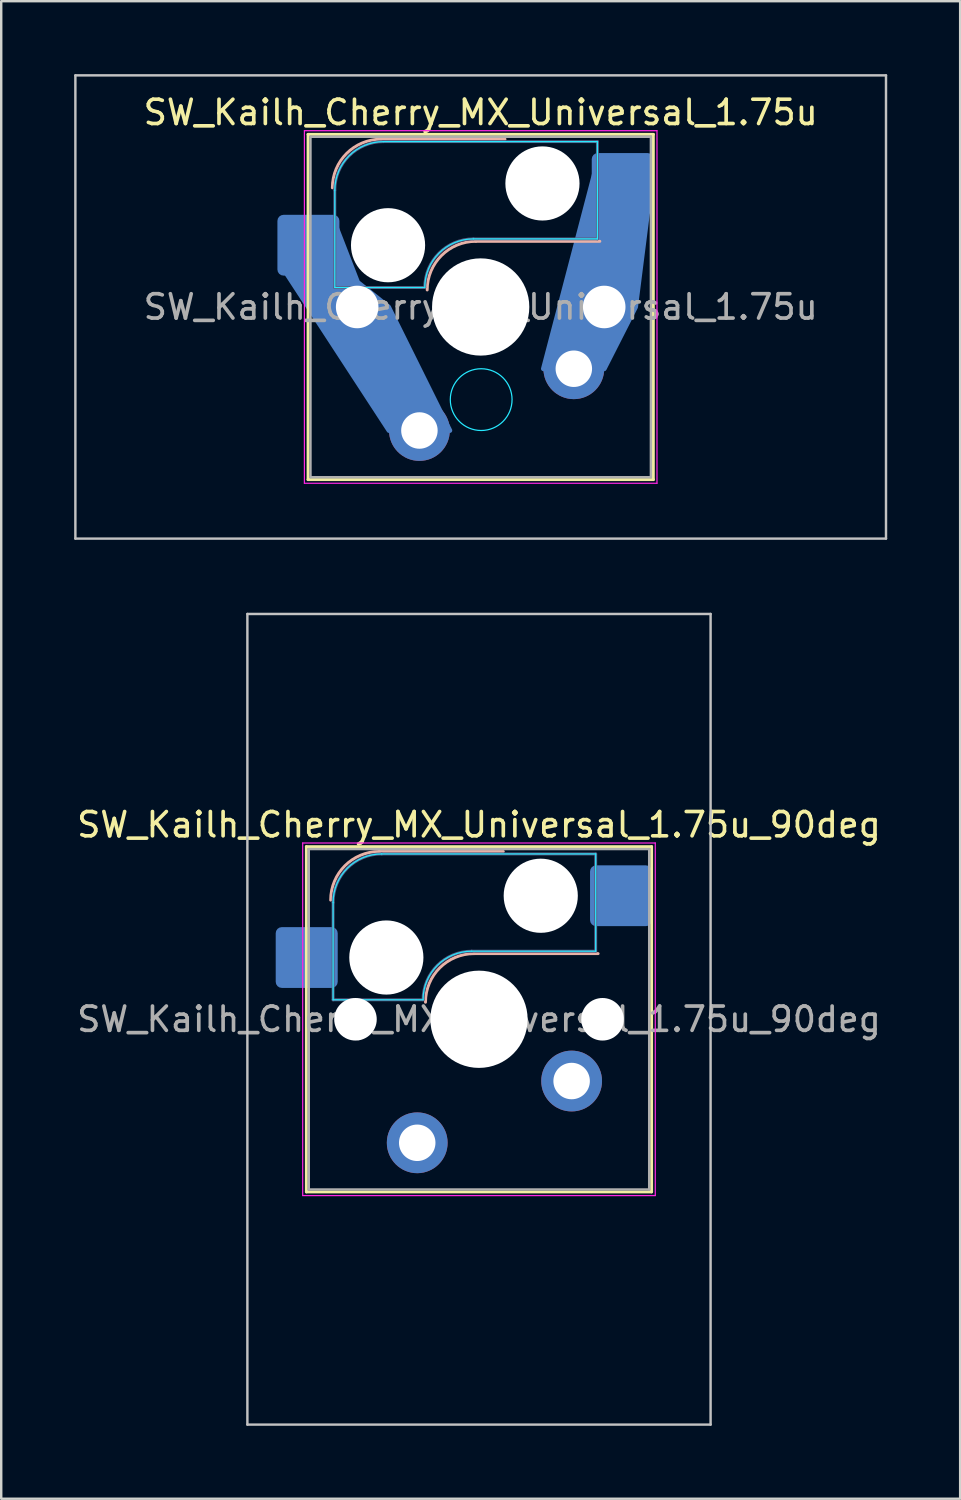
<source format=kicad_pcb>
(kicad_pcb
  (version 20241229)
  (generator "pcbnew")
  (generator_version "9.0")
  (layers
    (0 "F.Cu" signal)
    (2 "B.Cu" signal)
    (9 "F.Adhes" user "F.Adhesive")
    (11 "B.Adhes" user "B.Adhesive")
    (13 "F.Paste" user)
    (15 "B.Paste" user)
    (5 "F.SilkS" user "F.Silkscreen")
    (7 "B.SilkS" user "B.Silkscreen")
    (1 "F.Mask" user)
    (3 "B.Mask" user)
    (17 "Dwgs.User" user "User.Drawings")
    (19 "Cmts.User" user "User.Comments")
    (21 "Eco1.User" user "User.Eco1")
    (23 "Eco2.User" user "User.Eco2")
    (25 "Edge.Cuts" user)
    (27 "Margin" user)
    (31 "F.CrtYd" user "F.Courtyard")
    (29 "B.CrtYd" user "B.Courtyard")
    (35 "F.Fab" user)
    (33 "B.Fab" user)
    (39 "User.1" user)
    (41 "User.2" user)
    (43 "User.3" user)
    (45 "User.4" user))
  (footprint "SW_Kailh_Cherry_MX_Universal_1.75u_90deg"
    (layer "F.Cu")
    (at 16.649 38.869)
    (property "Reference" "SW_Kailh_Cherry_MX_Universal_1.75u_90deg" (at 0 -8 0) (layer "F.SilkS") (effects (font (size 1 1) (thickness 0.15))))
    (attr through_hole)
    (fp_line (start -7.1 -7.1) (end -7.1 7.1) (stroke (width 0.12) (type solid)) (layer "F.SilkS"))
    (fp_line (start -7.1 7.1) (end 7.1 7.1) (stroke (width 0.12) (type solid)) (layer "F.SilkS"))
    (fp_line (start 7.1 -7.1) (end -7.1 -7.1) (stroke (width 0.12) (type solid)) (layer "F.SilkS"))
    (fp_line (start 7.1 7.1) (end 7.1 -7.1) (stroke (width 0.12) (type solid)) (layer "F.SilkS"))
    (fp_line (start -4.1 -6.9) (end 1 -6.9) (stroke (width 0.12) (type solid)) (layer "B.SilkS"))
    (fp_line (start -0.2 -2.7) (end 4.9 -2.7) (stroke (width 0.12) (type solid)) (layer "B.SilkS"))
    (fp_arc (start -6.1 -4.9) (mid -5.514214 -6.314214) (end -4.1 -6.9) (stroke (width 0.12) (type solid)) (layer "B.SilkS"))
    (fp_arc (start -2.2 -0.7) (mid -1.614214 -2.114214) (end -0.2 -2.7) (stroke (width 0.12) (type solid)) (layer "B.SilkS"))
    (fp_line (start -9.525 -16.669) (end 9.525 -16.669) (stroke (width 0.1) (type solid)) (layer "Dwgs.User"))
    (fp_line (start -9.525 16.669) (end -9.525 -16.669) (stroke (width 0.1) (type solid)) (layer "Dwgs.User"))
    (fp_line (start 9.525 -16.669) (end 9.525 16.669) (stroke (width 0.1) (type solid)) (layer "Dwgs.User"))
    (fp_line (start 9.525 16.669) (end -9.525 16.669) (stroke (width 0.1) (type solid)) (layer "Dwgs.User"))
    (fp_line (start -7.8 -6) (end -7 -6) (stroke (width 0.1) (type solid)) (layer "Eco1.User"))
    (fp_line (start -7.8 -2.9) (end -7.8 -6) (stroke (width 0.1) (type solid)) (layer "Eco1.User"))
    (fp_line (start -7.8 2.9) (end -7 2.9) (stroke (width 0.1) (type solid)) (layer "Eco1.User"))
    (fp_line (start -7.8 6) (end -7.8 2.9) (stroke (width 0.1) (type solid)) (layer "Eco1.User"))
    (fp_line (start -7 -7) (end 7 -7) (stroke (width 0.1) (type solid)) (layer "Eco1.User"))
    (fp_line (start -7 -6) (end -7 -7) (stroke (width 0.1) (type solid)) (layer "Eco1.User"))
    (fp_line (start -7 -2.9) (end -7.8 -2.9) (stroke (width 0.1) (type solid)) (layer "Eco1.User"))
    (fp_line (start -7 2.9) (end -7 -2.9) (stroke (width 0.1) (type solid)) (layer "Eco1.User"))
    (fp_line (start -7 6) (end -7.8 6) (stroke (width 0.1) (type solid)) (layer "Eco1.User"))
    (fp_line (start -7 7) (end -7 6) (stroke (width 0.1) (type solid)) (layer "Eco1.User"))
    (fp_line (start 7 -7) (end 7 -6) (stroke (width 0.1) (type solid)) (layer "Eco1.User"))
    (fp_line (start 7 -6) (end 7.8 -6) (stroke (width 0.1) (type solid)) (layer "Eco1.User"))
    (fp_line (start 7 -2.9) (end 7 2.9) (stroke (width 0.1) (type solid)) (layer "Eco1.User"))
    (fp_line (start 7 2.9) (end 7.8 2.9) (stroke (width 0.1) (type solid)) (layer "Eco1.User"))
    (fp_line (start 7 6) (end 7 7) (stroke (width 0.1) (type solid)) (layer "Eco1.User"))
    (fp_line (start 7 7) (end -7 7) (stroke (width 0.1) (type solid)) (layer "Eco1.User"))
    (fp_line (start 7.8 -6) (end 7.8 -2.9) (stroke (width 0.1) (type solid)) (layer "Eco1.User"))
    (fp_line (start 7.8 -2.9) (end 7 -2.9) (stroke (width 0.1) (type solid)) (layer "Eco1.User"))
    (fp_line (start 7.8 2.9) (end 7.8 6) (stroke (width 0.1) (type solid)) (layer "Eco1.User"))
    (fp_line (start 7.8 6) (end 7 6) (stroke (width 0.1) (type solid)) (layer "Eco1.User"))
    (fp_line (start -6 -0.8) (end -6 -4.8) (stroke (width 0.05) (type solid)) (layer "B.CrtYd"))
    (fp_line (start -6 -0.8) (end -2.3 -0.8) (stroke (width 0.05) (type solid)) (layer "B.CrtYd"))
    (fp_line (start -4 -6.8) (end 4.8 -6.8) (stroke (width 0.05) (type solid)) (layer "B.CrtYd"))
    (fp_line (start -0.3 -2.8) (end 4.8 -2.8) (stroke (width 0.05) (type solid)) (layer "B.CrtYd"))
    (fp_line (start 4.8 -6.8) (end 4.8 -2.8) (stroke (width 0.05) (type solid)) (layer "B.CrtYd"))
    (fp_arc (start -6 -4.8) (mid -5.414214 -6.214214) (end -4 -6.8) (stroke (width 0.05) (type solid)) (layer "B.CrtYd"))
    (fp_arc (start -2.3 -0.8) (mid -1.714214 -2.214214) (end -0.3 -2.8) (stroke (width 0.05) (type solid)) (layer "B.CrtYd"))
    (fp_line (start -7.25 -7.25) (end -7.25 7.25) (stroke (width 0.05) (type solid)) (layer "F.CrtYd"))
    (fp_line (start -7.25 7.25) (end 7.25 7.25) (stroke (width 0.05) (type solid)) (layer "F.CrtYd"))
    (fp_line (start 7.25 -7.25) (end -7.25 -7.25) (stroke (width 0.05) (type solid)) (layer "F.CrtYd"))
    (fp_line (start 7.25 7.25) (end 7.25 -7.25) (stroke (width 0.05) (type solid)) (layer "F.CrtYd"))
    (fp_line (start -6 -0.8) (end -6 -4.8) (stroke (width 0.12) (type solid)) (layer "B.Fab"))
    (fp_line (start -6 -0.8) (end -2.3 -0.8) (stroke (width 0.12) (type solid)) (layer "B.Fab"))
    (fp_line (start -4 -6.8) (end 4.8 -6.8) (stroke (width 0.12) (type solid)) (layer "B.Fab"))
    (fp_line (start -0.3 -2.8) (end 4.8 -2.8) (stroke (width 0.12) (type solid)) (layer "B.Fab"))
    (fp_line (start 4.8 -6.8) (end 4.8 -2.8) (stroke (width 0.12) (type solid)) (layer "B.Fab"))
    (fp_arc (start -6 -4.8) (mid -5.414214 -6.214214) (end -4 -6.8) (stroke (width 0.12) (type solid)) (layer "B.Fab"))
    (fp_arc (start -2.3 -0.8) (mid -1.714214 -2.214214) (end -0.3 -2.8) (stroke (width 0.12) (type solid)) (layer "B.Fab"))
    (fp_line (start -7 -7) (end -7 7) (stroke (width 0.1) (type solid)) (layer "F.Fab"))
    (fp_line (start -7 7) (end 7 7) (stroke (width 0.1) (type solid)) (layer "F.Fab"))
    (fp_line (start 7 -7) (end -7 -7) (stroke (width 0.1) (type solid)) (layer "F.Fab"))
    (fp_line (start 7 7) (end 7 -7) (stroke (width 0.1) (type solid)) (layer "F.Fab"))
    (fp_text user "${REFERENCE}" (at 0 0 0) (layer "F.Fab") (effects (font (size 1 1) (thickness 0.15))))
    (pad "" np_thru_hole circle (at -5.08 0) (size 1.75 1.75) (drill 1.75) (layers "*.Cu" "*.Mask"))
    (pad "" np_thru_hole circle (at -3.81 -2.54) (size 3.05 3.05) (drill 3.05) (layers "*.Cu" "*.Mask"))
    (pad "" np_thru_hole circle (at 0 0) (size 4 4) (drill 4) (layers "*.Cu" "*.Mask"))
    (pad "" np_thru_hole circle (at 2.54 -5.08) (size 3.05 3.05) (drill 3.05) (layers "*.Cu" "*.Mask"))
    (pad "" np_thru_hole circle (at 5.08 0) (size 1.75 1.75) (drill 1.75) (layers "*.Cu" "*.Mask"))
    (pad "1" smd roundrect (at -7.085 -2.54) (size 2.55 2.5) (layers "B.Cu" "B.Mask" "B.Paste") (roundrect_rratio 0.1))
    (pad "1" thru_hole circle (at -2.54 5.08) (size 2.5 2.5) (drill 1.5) (layers "*.Cu" "*.Mask"))
    (pad "2" thru_hole circle (at 3.81 2.54) (size 2.5 2.5) (drill 1.5) (layers "*.Cu" "*.Mask"))
    (pad "2" smd roundrect (at 5.842 -5.08) (size 2.55 2.5) (layers "B.Cu" "B.Mask" "B.Paste") (roundrect_rratio 0.1)))
  (footprint "SW_Kailh_Cherry_MX_Universal_1.75u"
    (layer "F.Cu")
    (at 16.719 9.575)
    (property "Reference" "SW_Kailh_Cherry_MX_Universal_1.75u" (at 0 -8 0) (layer "F.SilkS") (effects (font (size 1 1) (thickness 0.15))))
    (attr through_hole)
    (fp_poly (pts (xy 6.887 -4.08) (xy 6.37 0) (xy 5.08 2.54) (xy 2.58 2.54) (xy 4.837 -6.08)) (stroke (width 0.2) (type solid)) (fill yes) (layer "B.Cu"))
    (fp_poly (pts (xy -5.06 -1.015) (xy -3.79 0) (xy -1.27 5.08) (xy -3.77 5.08) (xy -8.09 -1.54) (xy -6.04 -3.54)) (stroke (width 0.2) (type solid)) (fill yes) (layer "B.Cu"))
    (fp_line (start -7.1 -7.1) (end -7.1 7.1) (stroke (width 0.12) (type solid)) (layer "F.SilkS"))
    (fp_line (start -7.1 7.1) (end 7.1 7.1) (stroke (width 0.12) (type solid)) (layer "F.SilkS"))
    (fp_line (start 7.1 -7.1) (end -7.1 -7.1) (stroke (width 0.12) (type solid)) (layer "F.SilkS"))
    (fp_line (start 7.1 7.1) (end 7.1 -7.1) (stroke (width 0.12) (type solid)) (layer "F.SilkS"))
    (fp_line (start -4.1 -6.9) (end 1 -6.9) (stroke (width 0.12) (type solid)) (layer "B.SilkS"))
    (fp_line (start -0.2 -2.7) (end 4.9 -2.7) (stroke (width 0.12) (type solid)) (layer "B.SilkS"))
    (fp_arc (start -6.1 -4.9) (mid -5.514214 -6.314214) (end -4.1 -6.9) (stroke (width 0.12) (type solid)) (layer "B.SilkS"))
    (fp_arc (start -2.2 -0.7) (mid -1.614214 -2.114214) (end -0.2 -2.7) (stroke (width 0.12) (type solid)) (layer "B.SilkS"))
    (fp_line (start -16.669 -9.525) (end -16.669 9.525) (stroke (width 0.1) (type solid)) (layer "Dwgs.User"))
    (fp_line (start -16.669 9.525) (end 16.669 9.525) (stroke (width 0.1) (type solid)) (layer "Dwgs.User"))
    (fp_line (start 16.669 -9.525) (end -16.669 -9.525) (stroke (width 0.1) (type solid)) (layer "Dwgs.User"))
    (fp_line (start 16.669 9.525) (end 16.669 -9.525) (stroke (width 0.1) (type solid)) (layer "Dwgs.User"))
    (fp_line (start -7.8 -6) (end -7 -6) (stroke (width 0.1) (type solid)) (layer "Eco1.User"))
    (fp_line (start -7.8 -2.9) (end -7.8 -6) (stroke (width 0.1) (type solid)) (layer "Eco1.User"))
    (fp_line (start -7.8 2.9) (end -7 2.9) (stroke (width 0.1) (type solid)) (layer "Eco1.User"))
    (fp_line (start -7.8 6) (end -7.8 2.9) (stroke (width 0.1) (type solid)) (layer "Eco1.User"))
    (fp_line (start -7 -7) (end 7 -7) (stroke (width 0.1) (type solid)) (layer "Eco1.User"))
    (fp_line (start -7 -6) (end -7 -7) (stroke (width 0.1) (type solid)) (layer "Eco1.User"))
    (fp_line (start -7 -2.9) (end -7.8 -2.9) (stroke (width 0.1) (type solid)) (layer "Eco1.User"))
    (fp_line (start -7 2.9) (end -7 -2.9) (stroke (width 0.1) (type solid)) (layer "Eco1.User"))
    (fp_line (start -7 6) (end -7.8 6) (stroke (width 0.1) (type solid)) (layer "Eco1.User"))
    (fp_line (start -7 7) (end -7 6) (stroke (width 0.1) (type solid)) (layer "Eco1.User"))
    (fp_line (start 7 -7) (end 7 -6) (stroke (width 0.1) (type solid)) (layer "Eco1.User"))
    (fp_line (start 7 -6) (end 7.8 -6) (stroke (width 0.1) (type solid)) (layer "Eco1.User"))
    (fp_line (start 7 -2.9) (end 7 2.9) (stroke (width 0.1) (type solid)) (layer "Eco1.User"))
    (fp_line (start 7 2.9) (end 7.8 2.9) (stroke (width 0.1) (type solid)) (layer "Eco1.User"))
    (fp_line (start 7 6) (end 7 7) (stroke (width 0.1) (type solid)) (layer "Eco1.User"))
    (fp_line (start 7 7) (end -7 7) (stroke (width 0.1) (type solid)) (layer "Eco1.User"))
    (fp_line (start 7.8 -6) (end 7.8 -2.9) (stroke (width 0.1) (type solid)) (layer "Eco1.User"))
    (fp_line (start 7.8 -2.9) (end 7 -2.9) (stroke (width 0.1) (type solid)) (layer "Eco1.User"))
    (fp_line (start 7.8 2.9) (end 7.8 6) (stroke (width 0.1) (type solid)) (layer "Eco1.User"))
    (fp_line (start 7.8 6) (end 7 6) (stroke (width 0.1) (type solid)) (layer "Eco1.User"))
    (fp_line (start -6 -0.8) (end -6 -4.8) (stroke (width 0.05) (type solid)) (layer "B.CrtYd"))
    (fp_line (start -6 -0.8) (end -2.3 -0.8) (stroke (width 0.05) (type solid)) (layer "B.CrtYd"))
    (fp_line (start -4 -6.8) (end 4.8 -6.8) (stroke (width 0.05) (type solid)) (layer "B.CrtYd"))
    (fp_line (start -0.3 -2.8) (end 4.8 -2.8) (stroke (width 0.05) (type solid)) (layer "B.CrtYd"))
    (fp_line (start 4.8 -6.8) (end 4.8 -2.8) (stroke (width 0.05) (type solid)) (layer "B.CrtYd"))
    (fp_arc (start -6 -4.8) (mid -5.414214 -6.214214) (end -4 -6.8) (stroke (width 0.05) (type solid)) (layer "B.CrtYd"))
    (fp_arc (start -2.3 -0.8) (mid -1.714214 -2.214214) (end -0.3 -2.8) (stroke (width 0.05) (type solid)) (layer "B.CrtYd"))
    (fp_circle (center 0.02 3.81) (end 1.29 3.81) (stroke (width 0.05) (type solid)) (fill no) (layer "B.CrtYd"))
    (fp_line (start -7.25 -7.25) (end -7.25 7.25) (stroke (width 0.05) (type solid)) (layer "F.CrtYd"))
    (fp_line (start -7.25 7.25) (end 7.25 7.25) (stroke (width 0.05) (type solid)) (layer "F.CrtYd"))
    (fp_line (start 7.25 -7.25) (end -7.25 -7.25) (stroke (width 0.05) (type solid)) (layer "F.CrtYd"))
    (fp_line (start 7.25 7.25) (end 7.25 -7.25) (stroke (width 0.05) (type solid)) (layer "F.CrtYd"))
    (fp_line (start -6 -0.8) (end -6 -4.8) (stroke (width 0.12) (type solid)) (layer "B.Fab"))
    (fp_line (start -6 -0.8) (end -2.3 -0.8) (stroke (width 0.12) (type solid)) (layer "B.Fab"))
    (fp_line (start -4 -6.8) (end 4.8 -6.8) (stroke (width 0.12) (type solid)) (layer "B.Fab"))
    (fp_line (start -0.3 -2.8) (end 4.8 -2.8) (stroke (width 0.12) (type solid)) (layer "B.Fab"))
    (fp_line (start 4.8 -6.8) (end 4.8 -2.8) (stroke (width 0.12) (type solid)) (layer "B.Fab"))
    (fp_arc (start -6 -4.8) (mid -5.414214 -6.214214) (end -4 -6.8) (stroke (width 0.12) (type solid)) (layer "B.Fab"))
    (fp_arc (start -2.3 -0.8) (mid -1.714214 -2.214214) (end -0.3 -2.8) (stroke (width 0.12) (type solid)) (layer "B.Fab"))
    (fp_line (start -7 -7) (end -7 7) (stroke (width 0.1) (type solid)) (layer "F.Fab"))
    (fp_line (start -7 7) (end 7 7) (stroke (width 0.1) (type solid)) (layer "F.Fab"))
    (fp_line (start 7 -7) (end -7 -7) (stroke (width 0.1) (type solid)) (layer "F.Fab"))
    (fp_line (start 7 7) (end 7 -7) (stroke (width 0.1) (type solid)) (layer "F.Fab"))
    (fp_text user "${REFERENCE}" (at 0 0 0) (layer "F.Fab") (effects (font (size 1 1) (thickness 0.15))))
    (pad "" np_thru_hole circle (at -5.08 0) (size 1.75 1.75) (drill 1.75) (layers "*.Cu" "*.Mask"))
    (pad "" np_thru_hole circle (at -3.81 -2.54) (size 3.05 3.05) (drill 3.05) (layers "*.Cu" "*.Mask"))
    (pad "" np_thru_hole circle (at 0 0) (size 4 4) (drill 4) (layers "*.Cu" "*.Mask"))
    (pad "" np_thru_hole circle (at 2.54 -5.08) (size 3.05 3.05) (drill 3.05) (layers "*.Cu" "*.Mask"))
    (pad "" np_thru_hole circle (at 5.08 0) (size 1.75 1.75) (drill 1.75) (layers "*.Cu" "*.Mask"))
    (pad "1" smd roundrect (at -7.085 -2.54) (size 2.55 2.5) (layers "B.Cu" "B.Mask" "B.Paste") (roundrect_rratio 0.1))
    (pad "1" thru_hole circle (at -2.52 5.08) (size 2.5 2.5) (drill 1.5) (layers "*.Cu" "*.Mask"))
    (pad "2" thru_hole circle (at 3.83 2.54) (size 2.5 2.5) (drill 1.5) (layers "*.Cu" "*.Mask"))
    (pad "2" smd roundrect (at 5.842 -5.08) (size 2.55 2.5) (layers "B.Cu" "B.Mask" "B.Paste") (roundrect_rratio 0.1)))
  (gr_rect
    (start -3 -3)
    (end 36.438 58.587)
    (stroke (width 0.1) (type default))
    (fill no)
    (layer "Edge.Cuts")))
</source>
